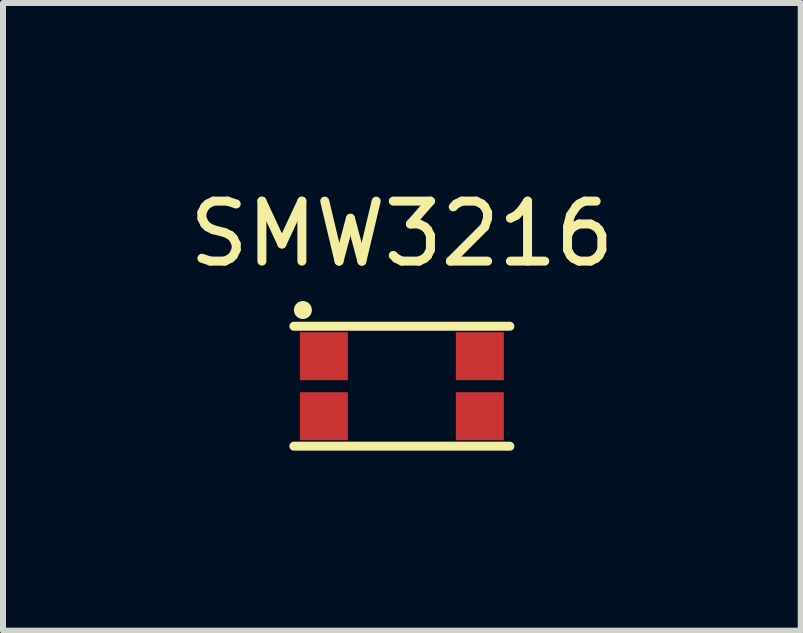
<source format=kicad_pcb>
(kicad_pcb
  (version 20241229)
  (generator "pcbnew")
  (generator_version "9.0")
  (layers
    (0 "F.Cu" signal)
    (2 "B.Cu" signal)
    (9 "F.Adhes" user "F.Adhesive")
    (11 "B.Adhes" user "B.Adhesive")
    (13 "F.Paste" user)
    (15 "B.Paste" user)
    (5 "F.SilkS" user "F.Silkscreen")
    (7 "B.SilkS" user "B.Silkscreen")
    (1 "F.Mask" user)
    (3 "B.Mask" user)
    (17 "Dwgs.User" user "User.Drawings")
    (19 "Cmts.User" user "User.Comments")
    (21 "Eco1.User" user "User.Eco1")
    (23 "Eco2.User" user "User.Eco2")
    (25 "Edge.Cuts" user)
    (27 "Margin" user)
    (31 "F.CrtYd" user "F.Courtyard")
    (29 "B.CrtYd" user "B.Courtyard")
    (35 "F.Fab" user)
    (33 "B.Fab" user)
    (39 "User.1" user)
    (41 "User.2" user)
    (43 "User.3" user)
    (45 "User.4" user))
  (footprint "SMW3216"
    (layer "F.Cu")
    (at 3.649 3.388)
    (property "Reference" "SMW3216" (at 0 -2.54 0) (unlocked yes) (layer "F.SilkS") (effects (font (size 1 1) (thickness 0.15))))
    (attr smd)
    (fp_line (start -1.8 -1) (end 1.8 -1) (stroke (width 0.15) (type solid)) (layer "F.SilkS"))
    (fp_line (start -1.8 1) (end 1.8 1) (stroke (width 0.15) (type solid)) (layer "F.SilkS"))
    (fp_circle (center -1.65 -1.27) (end -1.575 -1.27) (stroke (width 0.15) (type solid)) (fill no) (layer "F.SilkS"))
    (pad "1" smd rect (at -1.3 -0.5) (size 0.8 0.8) (layers "F.Cu" "F.Mask" "F.Paste"))
    (pad "2" smd rect (at 1.3 -0.5) (size 0.8 0.8) (layers "F.Cu" "F.Mask" "F.Paste"))
    (pad "3" smd rect (at -1.3 0.5) (size 0.8 0.8) (layers "F.Cu" "F.Mask" "F.Paste"))
    (pad "4" smd rect (at 1.3 0.5) (size 0.8 0.8) (layers "F.Cu" "F.Mask" "F.Paste")))
  (gr_rect
    (start -3 -3)
    (end 10.298 7.463)
    (stroke (width 0.1) (type default))
    (fill no)
    (layer "Edge.Cuts")))
</source>
